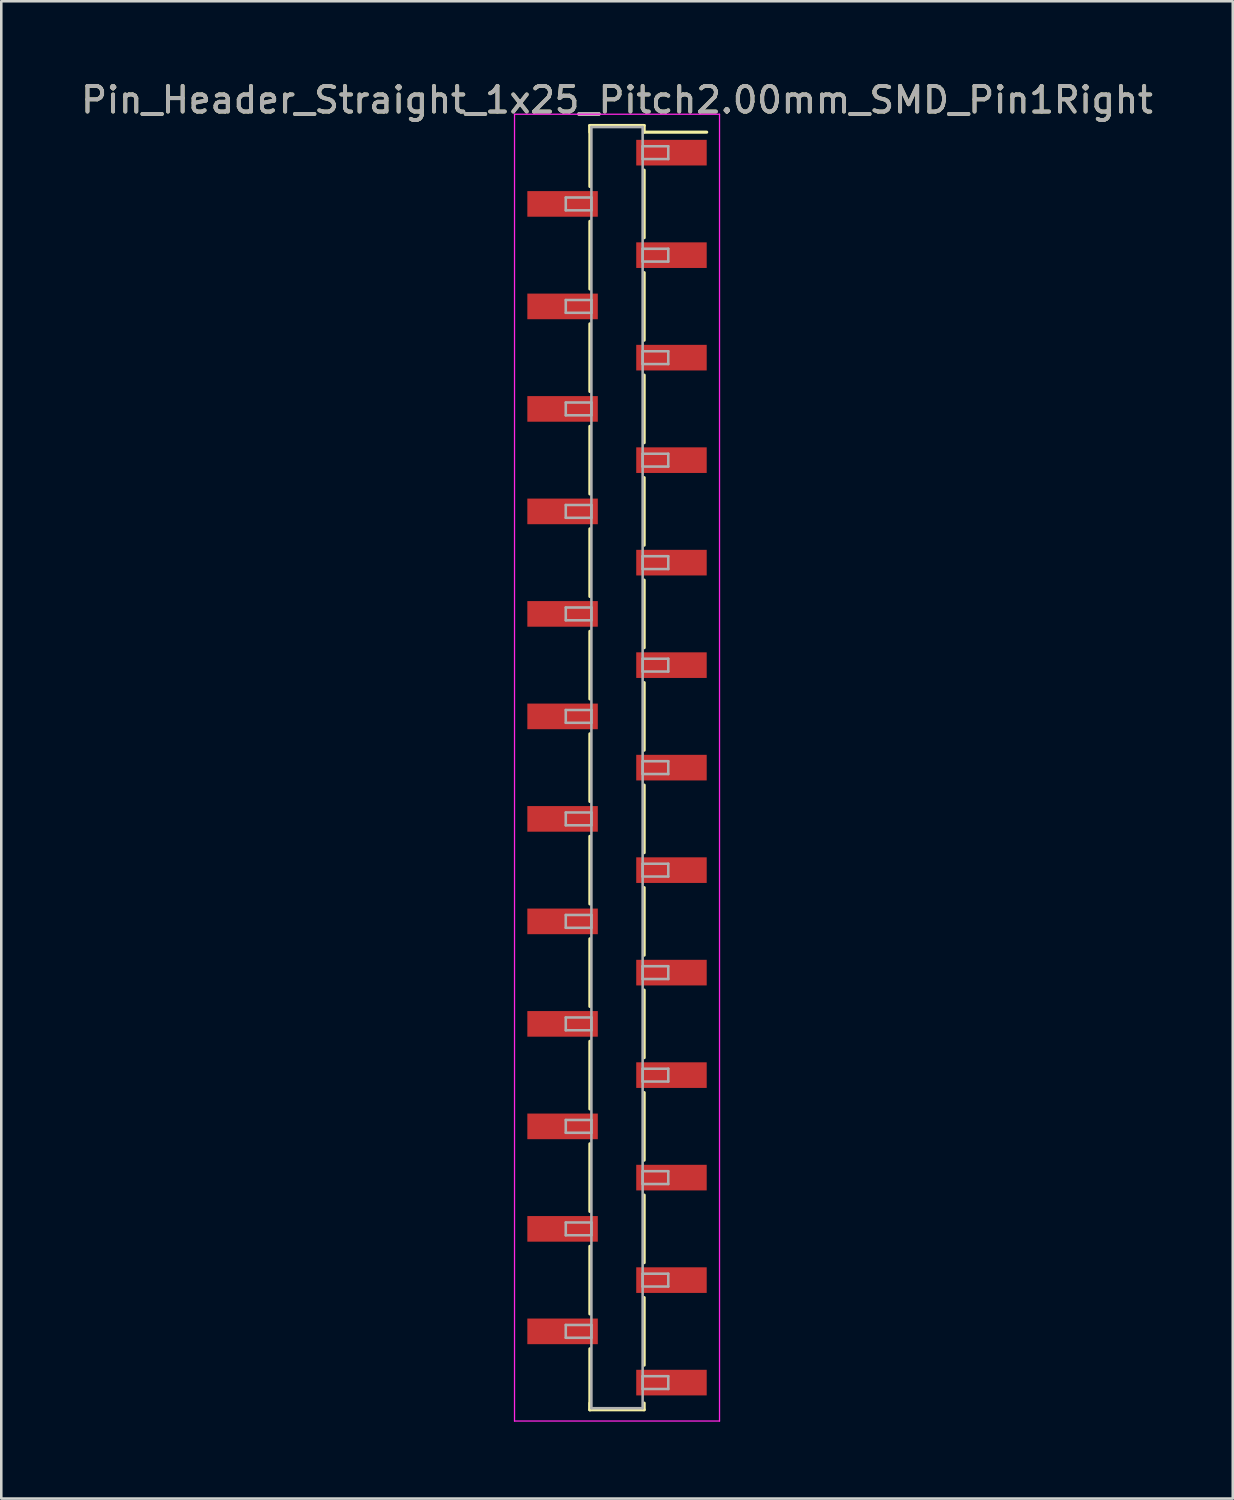
<source format=kicad_pcb>
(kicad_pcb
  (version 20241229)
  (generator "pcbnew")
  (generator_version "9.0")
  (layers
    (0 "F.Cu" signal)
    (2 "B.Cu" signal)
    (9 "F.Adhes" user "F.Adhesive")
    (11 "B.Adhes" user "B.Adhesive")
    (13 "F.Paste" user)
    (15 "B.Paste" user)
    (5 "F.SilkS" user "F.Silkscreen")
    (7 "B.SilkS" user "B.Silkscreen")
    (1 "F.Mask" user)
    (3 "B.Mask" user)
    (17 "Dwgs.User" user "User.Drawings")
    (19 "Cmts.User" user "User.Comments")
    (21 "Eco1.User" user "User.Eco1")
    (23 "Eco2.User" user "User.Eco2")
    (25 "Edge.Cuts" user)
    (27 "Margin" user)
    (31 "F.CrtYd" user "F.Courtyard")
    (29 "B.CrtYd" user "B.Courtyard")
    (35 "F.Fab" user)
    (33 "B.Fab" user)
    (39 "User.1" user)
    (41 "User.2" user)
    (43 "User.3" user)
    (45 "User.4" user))
  (footprint "Pin_Header_Straight_1x25_Pitch2.00mm_SMD_Pin1Right"
    (layer "F.Cu")
    (at 21.03 26.908)
    (property "Reference" "Pin_Header_Straight_1x25_Pitch2.00mm_SMD_Pin1Right" (at 0 -26.06 0) (layer "F.SilkS") (effects (font (size 1 1) (thickness 0.15))))
    (attr smd)
    (fp_line (start -1.06 -25.06) (end -1.06 -22.68) (stroke (width 0.12) (type solid)) (layer "F.SilkS"))
    (fp_line (start -1.06 -25.06) (end 1.06 -25.06) (stroke (width 0.12) (type solid)) (layer "F.SilkS"))
    (fp_line (start -1.06 -24.8) (end -1.06 -25.06) (stroke (width 0.12) (type solid)) (layer "F.SilkS"))
    (fp_line (start -1.06 -21.32) (end -1.06 -18.68) (stroke (width 0.12) (type solid)) (layer "F.SilkS"))
    (fp_line (start -1.06 -17.32) (end -1.06 -14.68) (stroke (width 0.12) (type solid)) (layer "F.SilkS"))
    (fp_line (start -1.06 -13.32) (end -1.06 -10.68) (stroke (width 0.12) (type solid)) (layer "F.SilkS"))
    (fp_line (start -1.06 -9.32) (end -1.06 -6.68) (stroke (width 0.12) (type solid)) (layer "F.SilkS"))
    (fp_line (start -1.06 -5.32) (end -1.06 -2.68) (stroke (width 0.12) (type solid)) (layer "F.SilkS"))
    (fp_line (start -1.06 -1.32) (end -1.06 1.32) (stroke (width 0.12) (type solid)) (layer "F.SilkS"))
    (fp_line (start -1.06 2.68) (end -1.06 5.32) (stroke (width 0.12) (type solid)) (layer "F.SilkS"))
    (fp_line (start -1.06 6.68) (end -1.06 9.32) (stroke (width 0.12) (type solid)) (layer "F.SilkS"))
    (fp_line (start -1.06 10.68) (end -1.06 13.32) (stroke (width 0.12) (type solid)) (layer "F.SilkS"))
    (fp_line (start -1.06 14.68) (end -1.06 17.32) (stroke (width 0.12) (type solid)) (layer "F.SilkS"))
    (fp_line (start -1.06 18.68) (end -1.06 21.32) (stroke (width 0.12) (type solid)) (layer "F.SilkS"))
    (fp_line (start -1.06 22.68) (end -1.06 25.06) (stroke (width 0.12) (type solid)) (layer "F.SilkS"))
    (fp_line (start -1.06 24.8) (end -1.06 25.06) (stroke (width 0.12) (type solid)) (layer "F.SilkS"))
    (fp_line (start -1.06 25.06) (end 1.06 25.06) (stroke (width 0.12) (type solid)) (layer "F.SilkS"))
    (fp_line (start 1.06 -25.06) (end 1.06 -24.8) (stroke (width 0.12) (type solid)) (layer "F.SilkS"))
    (fp_line (start 1.06 -24.8) (end 3.5 -24.8) (stroke (width 0.12) (type solid)) (layer "F.SilkS"))
    (fp_line (start 1.06 -23.32) (end 1.06 -20.68) (stroke (width 0.12) (type solid)) (layer "F.SilkS"))
    (fp_line (start 1.06 -19.32) (end 1.06 -16.68) (stroke (width 0.12) (type solid)) (layer "F.SilkS"))
    (fp_line (start 1.06 -15.32) (end 1.06 -12.68) (stroke (width 0.12) (type solid)) (layer "F.SilkS"))
    (fp_line (start 1.06 -11.32) (end 1.06 -8.68) (stroke (width 0.12) (type solid)) (layer "F.SilkS"))
    (fp_line (start 1.06 -7.32) (end 1.06 -4.68) (stroke (width 0.12) (type solid)) (layer "F.SilkS"))
    (fp_line (start 1.06 -3.32) (end 1.06 -0.68) (stroke (width 0.12) (type solid)) (layer "F.SilkS"))
    (fp_line (start 1.06 0.68) (end 1.06 3.32) (stroke (width 0.12) (type solid)) (layer "F.SilkS"))
    (fp_line (start 1.06 4.68) (end 1.06 7.32) (stroke (width 0.12) (type solid)) (layer "F.SilkS"))
    (fp_line (start 1.06 8.68) (end 1.06 11.32) (stroke (width 0.12) (type solid)) (layer "F.SilkS"))
    (fp_line (start 1.06 12.68) (end 1.06 15.32) (stroke (width 0.12) (type solid)) (layer "F.SilkS"))
    (fp_line (start 1.06 16.68) (end 1.06 19.32) (stroke (width 0.12) (type solid)) (layer "F.SilkS"))
    (fp_line (start 1.06 20.68) (end 1.06 23.32) (stroke (width 0.12) (type solid)) (layer "F.SilkS"))
    (fp_line (start 1.06 25.06) (end 1.06 24.8) (stroke (width 0.12) (type solid)) (layer "F.SilkS"))
    (fp_line (start -4 -25.5) (end -4 25.5) (stroke (width 0.05) (type solid)) (layer "F.CrtYd"))
    (fp_line (start -4 25.5) (end 4 25.5) (stroke (width 0.05) (type solid)) (layer "F.CrtYd"))
    (fp_line (start 4 -25.5) (end -4 -25.5) (stroke (width 0.05) (type solid)) (layer "F.CrtYd"))
    (fp_line (start 4 25.5) (end 4 -25.5) (stroke (width 0.05) (type solid)) (layer "F.CrtYd"))
    (fp_line (start -2 -22.25) (end -1 -22.25) (stroke (width 0.1) (type solid)) (layer "F.Fab"))
    (fp_line (start -2 -21.75) (end -2 -22.25) (stroke (width 0.1) (type solid)) (layer "F.Fab"))
    (fp_line (start -2 -18.25) (end -1 -18.25) (stroke (width 0.1) (type solid)) (layer "F.Fab"))
    (fp_line (start -2 -17.75) (end -2 -18.25) (stroke (width 0.1) (type solid)) (layer "F.Fab"))
    (fp_line (start -2 -14.25) (end -1 -14.25) (stroke (width 0.1) (type solid)) (layer "F.Fab"))
    (fp_line (start -2 -13.75) (end -2 -14.25) (stroke (width 0.1) (type solid)) (layer "F.Fab"))
    (fp_line (start -2 -10.25) (end -1 -10.25) (stroke (width 0.1) (type solid)) (layer "F.Fab"))
    (fp_line (start -2 -9.75) (end -2 -10.25) (stroke (width 0.1) (type solid)) (layer "F.Fab"))
    (fp_line (start -2 -6.25) (end -1 -6.25) (stroke (width 0.1) (type solid)) (layer "F.Fab"))
    (fp_line (start -2 -5.75) (end -2 -6.25) (stroke (width 0.1) (type solid)) (layer "F.Fab"))
    (fp_line (start -2 -2.25) (end -1 -2.25) (stroke (width 0.1) (type solid)) (layer "F.Fab"))
    (fp_line (start -2 -1.75) (end -2 -2.25) (stroke (width 0.1) (type solid)) (layer "F.Fab"))
    (fp_line (start -2 1.75) (end -1 1.75) (stroke (width 0.1) (type solid)) (layer "F.Fab"))
    (fp_line (start -2 2.25) (end -2 1.75) (stroke (width 0.1) (type solid)) (layer "F.Fab"))
    (fp_line (start -2 5.75) (end -1 5.75) (stroke (width 0.1) (type solid)) (layer "F.Fab"))
    (fp_line (start -2 6.25) (end -2 5.75) (stroke (width 0.1) (type solid)) (layer "F.Fab"))
    (fp_line (start -2 9.75) (end -1 9.75) (stroke (width 0.1) (type solid)) (layer "F.Fab"))
    (fp_line (start -2 10.25) (end -2 9.75) (stroke (width 0.1) (type solid)) (layer "F.Fab"))
    (fp_line (start -2 13.75) (end -1 13.75) (stroke (width 0.1) (type solid)) (layer "F.Fab"))
    (fp_line (start -2 14.25) (end -2 13.75) (stroke (width 0.1) (type solid)) (layer "F.Fab"))
    (fp_line (start -2 17.75) (end -1 17.75) (stroke (width 0.1) (type solid)) (layer "F.Fab"))
    (fp_line (start -2 18.25) (end -2 17.75) (stroke (width 0.1) (type solid)) (layer "F.Fab"))
    (fp_line (start -2 21.75) (end -1 21.75) (stroke (width 0.1) (type solid)) (layer "F.Fab"))
    (fp_line (start -2 22.25) (end -2 21.75) (stroke (width 0.1) (type solid)) (layer "F.Fab"))
    (fp_line (start -1 -25) (end -1 25) (stroke (width 0.1) (type solid)) (layer "F.Fab"))
    (fp_line (start -1 -22.25) (end -1 -21.75) (stroke (width 0.1) (type solid)) (layer "F.Fab"))
    (fp_line (start -1 -21.75) (end -2 -21.75) (stroke (width 0.1) (type solid)) (layer "F.Fab"))
    (fp_line (start -1 -18.25) (end -1 -17.75) (stroke (width 0.1) (type solid)) (layer "F.Fab"))
    (fp_line (start -1 -17.75) (end -2 -17.75) (stroke (width 0.1) (type solid)) (layer "F.Fab"))
    (fp_line (start -1 -14.25) (end -1 -13.75) (stroke (width 0.1) (type solid)) (layer "F.Fab"))
    (fp_line (start -1 -13.75) (end -2 -13.75) (stroke (width 0.1) (type solid)) (layer "F.Fab"))
    (fp_line (start -1 -10.25) (end -1 -9.75) (stroke (width 0.1) (type solid)) (layer "F.Fab"))
    (fp_line (start -1 -9.75) (end -2 -9.75) (stroke (width 0.1) (type solid)) (layer "F.Fab"))
    (fp_line (start -1 -6.25) (end -1 -5.75) (stroke (width 0.1) (type solid)) (layer "F.Fab"))
    (fp_line (start -1 -5.75) (end -2 -5.75) (stroke (width 0.1) (type solid)) (layer "F.Fab"))
    (fp_line (start -1 -2.25) (end -1 -1.75) (stroke (width 0.1) (type solid)) (layer "F.Fab"))
    (fp_line (start -1 -1.75) (end -2 -1.75) (stroke (width 0.1) (type solid)) (layer "F.Fab"))
    (fp_line (start -1 1.75) (end -1 2.25) (stroke (width 0.1) (type solid)) (layer "F.Fab"))
    (fp_line (start -1 2.25) (end -2 2.25) (stroke (width 0.1) (type solid)) (layer "F.Fab"))
    (fp_line (start -1 5.75) (end -1 6.25) (stroke (width 0.1) (type solid)) (layer "F.Fab"))
    (fp_line (start -1 6.25) (end -2 6.25) (stroke (width 0.1) (type solid)) (layer "F.Fab"))
    (fp_line (start -1 9.75) (end -1 10.25) (stroke (width 0.1) (type solid)) (layer "F.Fab"))
    (fp_line (start -1 10.25) (end -2 10.25) (stroke (width 0.1) (type solid)) (layer "F.Fab"))
    (fp_line (start -1 13.75) (end -1 14.25) (stroke (width 0.1) (type solid)) (layer "F.Fab"))
    (fp_line (start -1 14.25) (end -2 14.25) (stroke (width 0.1) (type solid)) (layer "F.Fab"))
    (fp_line (start -1 17.75) (end -1 18.25) (stroke (width 0.1) (type solid)) (layer "F.Fab"))
    (fp_line (start -1 18.25) (end -2 18.25) (stroke (width 0.1) (type solid)) (layer "F.Fab"))
    (fp_line (start -1 21.75) (end -1 22.25) (stroke (width 0.1) (type solid)) (layer "F.Fab"))
    (fp_line (start -1 22.25) (end -2 22.25) (stroke (width 0.1) (type solid)) (layer "F.Fab"))
    (fp_line (start -1 25) (end 1 25) (stroke (width 0.1) (type solid)) (layer "F.Fab"))
    (fp_line (start 1 -25) (end -1 -25) (stroke (width 0.1) (type solid)) (layer "F.Fab"))
    (fp_line (start 1 -24.25) (end 1 -23.75) (stroke (width 0.1) (type solid)) (layer "F.Fab"))
    (fp_line (start 1 -23.75) (end 2 -23.75) (stroke (width 0.1) (type solid)) (layer "F.Fab"))
    (fp_line (start 1 -20.25) (end 1 -19.75) (stroke (width 0.1) (type solid)) (layer "F.Fab"))
    (fp_line (start 1 -19.75) (end 2 -19.75) (stroke (width 0.1) (type solid)) (layer "F.Fab"))
    (fp_line (start 1 -16.25) (end 1 -15.75) (stroke (width 0.1) (type solid)) (layer "F.Fab"))
    (fp_line (start 1 -15.75) (end 2 -15.75) (stroke (width 0.1) (type solid)) (layer "F.Fab"))
    (fp_line (start 1 -12.25) (end 1 -11.75) (stroke (width 0.1) (type solid)) (layer "F.Fab"))
    (fp_line (start 1 -11.75) (end 2 -11.75) (stroke (width 0.1) (type solid)) (layer "F.Fab"))
    (fp_line (start 1 -8.25) (end 1 -7.75) (stroke (width 0.1) (type solid)) (layer "F.Fab"))
    (fp_line (start 1 -7.75) (end 2 -7.75) (stroke (width 0.1) (type solid)) (layer "F.Fab"))
    (fp_line (start 1 -4.25) (end 1 -3.75) (stroke (width 0.1) (type solid)) (layer "F.Fab"))
    (fp_line (start 1 -3.75) (end 2 -3.75) (stroke (width 0.1) (type solid)) (layer "F.Fab"))
    (fp_line (start 1 -0.25) (end 1 0.25) (stroke (width 0.1) (type solid)) (layer "F.Fab"))
    (fp_line (start 1 0.25) (end 2 0.25) (stroke (width 0.1) (type solid)) (layer "F.Fab"))
    (fp_line (start 1 3.75) (end 1 4.25) (stroke (width 0.1) (type solid)) (layer "F.Fab"))
    (fp_line (start 1 4.25) (end 2 4.25) (stroke (width 0.1) (type solid)) (layer "F.Fab"))
    (fp_line (start 1 7.75) (end 1 8.25) (stroke (width 0.1) (type solid)) (layer "F.Fab"))
    (fp_line (start 1 8.25) (end 2 8.25) (stroke (width 0.1) (type solid)) (layer "F.Fab"))
    (fp_line (start 1 11.75) (end 1 12.25) (stroke (width 0.1) (type solid)) (layer "F.Fab"))
    (fp_line (start 1 12.25) (end 2 12.25) (stroke (width 0.1) (type solid)) (layer "F.Fab"))
    (fp_line (start 1 15.75) (end 1 16.25) (stroke (width 0.1) (type solid)) (layer "F.Fab"))
    (fp_line (start 1 16.25) (end 2 16.25) (stroke (width 0.1) (type solid)) (layer "F.Fab"))
    (fp_line (start 1 19.75) (end 1 20.25) (stroke (width 0.1) (type solid)) (layer "F.Fab"))
    (fp_line (start 1 20.25) (end 2 20.25) (stroke (width 0.1) (type solid)) (layer "F.Fab"))
    (fp_line (start 1 23.75) (end 1 24.25) (stroke (width 0.1) (type solid)) (layer "F.Fab"))
    (fp_line (start 1 24.25) (end 2 24.25) (stroke (width 0.1) (type solid)) (layer "F.Fab"))
    (fp_line (start 1 25) (end 1 -25) (stroke (width 0.1) (type solid)) (layer "F.Fab"))
    (fp_line (start 2 -24.25) (end 1 -24.25) (stroke (width 0.1) (type solid)) (layer "F.Fab"))
    (fp_line (start 2 -23.75) (end 2 -24.25) (stroke (width 0.1) (type solid)) (layer "F.Fab"))
    (fp_line (start 2 -20.25) (end 1 -20.25) (stroke (width 0.1) (type solid)) (layer "F.Fab"))
    (fp_line (start 2 -19.75) (end 2 -20.25) (stroke (width 0.1) (type solid)) (layer "F.Fab"))
    (fp_line (start 2 -16.25) (end 1 -16.25) (stroke (width 0.1) (type solid)) (layer "F.Fab"))
    (fp_line (start 2 -15.75) (end 2 -16.25) (stroke (width 0.1) (type solid)) (layer "F.Fab"))
    (fp_line (start 2 -12.25) (end 1 -12.25) (stroke (width 0.1) (type solid)) (layer "F.Fab"))
    (fp_line (start 2 -11.75) (end 2 -12.25) (stroke (width 0.1) (type solid)) (layer "F.Fab"))
    (fp_line (start 2 -8.25) (end 1 -8.25) (stroke (width 0.1) (type solid)) (layer "F.Fab"))
    (fp_line (start 2 -7.75) (end 2 -8.25) (stroke (width 0.1) (type solid)) (layer "F.Fab"))
    (fp_line (start 2 -4.25) (end 1 -4.25) (stroke (width 0.1) (type solid)) (layer "F.Fab"))
    (fp_line (start 2 -3.75) (end 2 -4.25) (stroke (width 0.1) (type solid)) (layer "F.Fab"))
    (fp_line (start 2 -0.25) (end 1 -0.25) (stroke (width 0.1) (type solid)) (layer "F.Fab"))
    (fp_line (start 2 0.25) (end 2 -0.25) (stroke (width 0.1) (type solid)) (layer "F.Fab"))
    (fp_line (start 2 3.75) (end 1 3.75) (stroke (width 0.1) (type solid)) (layer "F.Fab"))
    (fp_line (start 2 4.25) (end 2 3.75) (stroke (width 0.1) (type solid)) (layer "F.Fab"))
    (fp_line (start 2 7.75) (end 1 7.75) (stroke (width 0.1) (type solid)) (layer "F.Fab"))
    (fp_line (start 2 8.25) (end 2 7.75) (stroke (width 0.1) (type solid)) (layer "F.Fab"))
    (fp_line (start 2 11.75) (end 1 11.75) (stroke (width 0.1) (type solid)) (layer "F.Fab"))
    (fp_line (start 2 12.25) (end 2 11.75) (stroke (width 0.1) (type solid)) (layer "F.Fab"))
    (fp_line (start 2 15.75) (end 1 15.75) (stroke (width 0.1) (type solid)) (layer "F.Fab"))
    (fp_line (start 2 16.25) (end 2 15.75) (stroke (width 0.1) (type solid)) (layer "F.Fab"))
    (fp_line (start 2 19.75) (end 1 19.75) (stroke (width 0.1) (type solid)) (layer "F.Fab"))
    (fp_line (start 2 20.25) (end 2 19.75) (stroke (width 0.1) (type solid)) (layer "F.Fab"))
    (fp_line (start 2 23.75) (end 1 23.75) (stroke (width 0.1) (type solid)) (layer "F.Fab"))
    (fp_line (start 2 24.25) (end 2 23.75) (stroke (width 0.1) (type solid)) (layer "F.Fab"))
    (fp_text user "${REFERENCE}" (at 0 -26.06 0) (layer "F.Fab") (effects (font (size 1 1) (thickness 0.15))))
    (pad "1" smd rect (at 2.125 -24) (size 2.75 1) (layers "F.Cu" "F.Mask" "F.Paste"))
    (pad "2" smd rect (at -2.125 -22) (size 2.75 1) (layers "F.Cu" "F.Mask" "F.Paste"))
    (pad "3" smd rect (at 2.125 -20) (size 2.75 1) (layers "F.Cu" "F.Mask" "F.Paste"))
    (pad "4" smd rect (at -2.125 -18) (size 2.75 1) (layers "F.Cu" "F.Mask" "F.Paste"))
    (pad "5" smd rect (at 2.125 -16) (size 2.75 1) (layers "F.Cu" "F.Mask" "F.Paste"))
    (pad "6" smd rect (at -2.125 -14) (size 2.75 1) (layers "F.Cu" "F.Mask" "F.Paste"))
    (pad "7" smd rect (at 2.125 -12) (size 2.75 1) (layers "F.Cu" "F.Mask" "F.Paste"))
    (pad "8" smd rect (at -2.125 -10) (size 2.75 1) (layers "F.Cu" "F.Mask" "F.Paste"))
    (pad "9" smd rect (at 2.125 -8) (size 2.75 1) (layers "F.Cu" "F.Mask" "F.Paste"))
    (pad "10" smd rect (at -2.125 -6) (size 2.75 1) (layers "F.Cu" "F.Mask" "F.Paste"))
    (pad "11" smd rect (at 2.125 -4) (size 2.75 1) (layers "F.Cu" "F.Mask" "F.Paste"))
    (pad "12" smd rect (at -2.125 -2) (size 2.75 1) (layers "F.Cu" "F.Mask" "F.Paste"))
    (pad "13" smd rect (at 2.125 0) (size 2.75 1) (layers "F.Cu" "F.Mask" "F.Paste"))
    (pad "14" smd rect (at -2.125 2) (size 2.75 1) (layers "F.Cu" "F.Mask" "F.Paste"))
    (pad "15" smd rect (at 2.125 4) (size 2.75 1) (layers "F.Cu" "F.Mask" "F.Paste"))
    (pad "16" smd rect (at -2.125 6) (size 2.75 1) (layers "F.Cu" "F.Mask" "F.Paste"))
    (pad "17" smd rect (at 2.125 8) (size 2.75 1) (layers "F.Cu" "F.Mask" "F.Paste"))
    (pad "18" smd rect (at -2.125 10) (size 2.75 1) (layers "F.Cu" "F.Mask" "F.Paste"))
    (pad "19" smd rect (at 2.125 12) (size 2.75 1) (layers "F.Cu" "F.Mask" "F.Paste"))
    (pad "20" smd rect (at -2.125 14) (size 2.75 1) (layers "F.Cu" "F.Mask" "F.Paste"))
    (pad "21" smd rect (at 2.125 16) (size 2.75 1) (layers "F.Cu" "F.Mask" "F.Paste"))
    (pad "22" smd rect (at -2.125 18) (size 2.75 1) (layers "F.Cu" "F.Mask" "F.Paste"))
    (pad "23" smd rect (at 2.125 20) (size 2.75 1) (layers "F.Cu" "F.Mask" "F.Paste"))
    (pad "24" smd rect (at -2.125 22) (size 2.75 1) (layers "F.Cu" "F.Mask" "F.Paste"))
    (pad "25" smd rect (at 2.125 24) (size 2.75 1) (layers "F.Cu" "F.Mask" "F.Paste")))
  (gr_rect
    (start -3 -3)
    (end 45.06 55.433)
    (stroke (width 0.1) (type default))
    (fill no)
    (layer "Edge.Cuts")))
</source>
